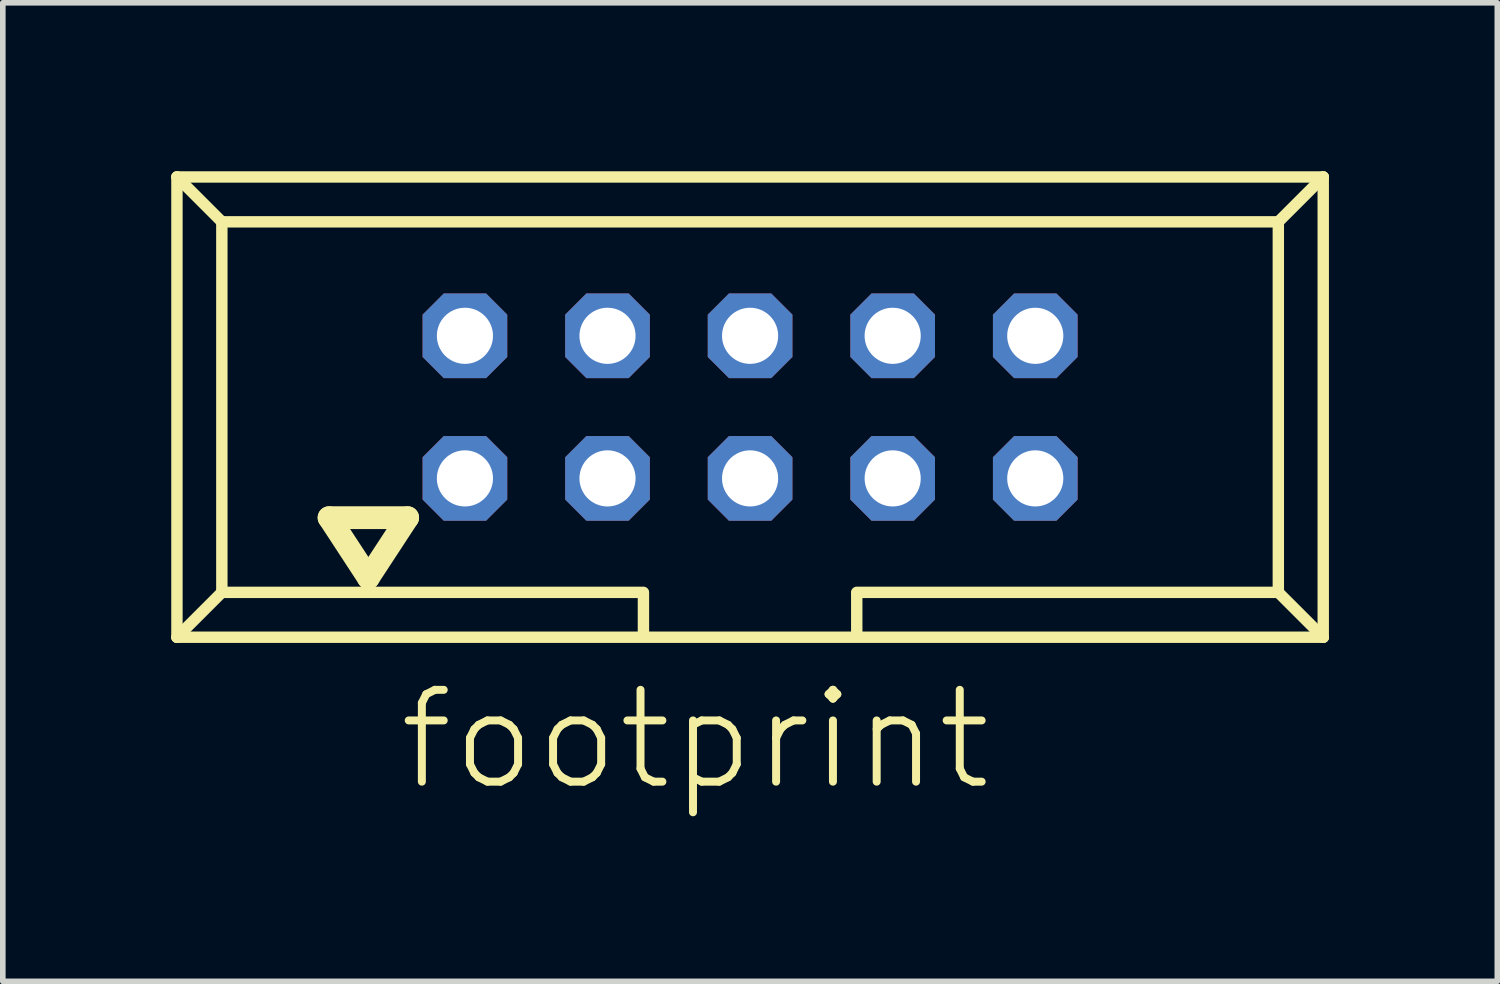
<source format=kicad_pcb>
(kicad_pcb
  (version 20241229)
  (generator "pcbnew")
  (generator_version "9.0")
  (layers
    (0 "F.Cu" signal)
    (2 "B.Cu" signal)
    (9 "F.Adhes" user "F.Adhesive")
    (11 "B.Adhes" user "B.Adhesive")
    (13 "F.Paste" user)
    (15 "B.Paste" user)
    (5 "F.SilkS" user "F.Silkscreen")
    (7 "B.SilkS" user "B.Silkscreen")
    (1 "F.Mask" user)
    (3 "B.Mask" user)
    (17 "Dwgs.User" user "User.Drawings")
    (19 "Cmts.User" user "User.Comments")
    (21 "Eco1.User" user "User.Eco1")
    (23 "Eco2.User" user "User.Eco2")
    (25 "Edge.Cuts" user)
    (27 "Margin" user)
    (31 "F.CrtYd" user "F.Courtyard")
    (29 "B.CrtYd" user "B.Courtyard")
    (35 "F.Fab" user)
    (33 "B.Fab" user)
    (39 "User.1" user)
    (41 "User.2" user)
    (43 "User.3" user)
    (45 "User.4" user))
  (footprint "footprint"
    (layer "F.Cu")
    (at 10.312 4.202)
    (property "Reference" "footprint" (at -6.33 6.88 0) (layer "F.SilkS") (effects (font (size 1.636 1.636) (thickness 0.142)) (justify left bottom)))
    (fp_line (start -10.21 -4.1) (end -9.41 -3.3) (stroke (width 0.203) (type solid)) (layer "F.SilkS"))
    (fp_line (start -10.21 4.1) (end -10.21 -4.1) (stroke (width 0.203) (type solid)) (layer "F.SilkS"))
    (fp_line (start -10.21 4.1) (end -9.41 3.3) (stroke (width 0.203) (type solid)) (layer "F.SilkS"))
    (fp_line (start -10.21 4.1) (end 10.21 4.1) (stroke (width 0.203) (type solid)) (layer "F.SilkS"))
    (fp_line (start -9.41 -3.3) (end 9.41 -3.3) (stroke (width 0.203) (type solid)) (layer "F.SilkS"))
    (fp_line (start -9.41 3.3) (end -9.41 -3.3) (stroke (width 0.203) (type solid)) (layer "F.SilkS"))
    (fp_line (start -7.5 1.97) (end -6.8 3.04) (stroke (width 0.406) (type solid)) (layer "F.SilkS"))
    (fp_line (start -6.8 3.04) (end -6.1 1.97) (stroke (width 0.406) (type solid)) (layer "F.SilkS"))
    (fp_line (start -6.1 1.97) (end -7.5 1.97) (stroke (width 0.406) (type solid)) (layer "F.SilkS"))
    (fp_line (start -1.9 3.3) (end -9.41 3.3) (stroke (width 0.203) (type solid)) (layer "F.SilkS"))
    (fp_line (start -1.9 3.32) (end -1.9 4.03) (stroke (width 0.203) (type solid)) (layer "F.SilkS"))
    (fp_line (start 1.9 3.32) (end 1.9 4.03) (stroke (width 0.203) (type solid)) (layer "F.SilkS"))
    (fp_line (start 9.41 -3.3) (end 9.41 3.3) (stroke (width 0.203) (type solid)) (layer "F.SilkS"))
    (fp_line (start 9.41 3.3) (end 1.9 3.3) (stroke (width 0.203) (type solid)) (layer "F.SilkS"))
    (fp_line (start 9.41 3.3) (end 10.21 4.1) (stroke (width 0.203) (type solid)) (layer "F.SilkS"))
    (fp_line (start 10.21 -4.1) (end -10.21 -4.1) (stroke (width 0.203) (type solid)) (layer "F.SilkS"))
    (fp_line (start 10.21 -4.1) (end 9.41 -3.3) (stroke (width 0.203) (type solid)) (layer "F.SilkS"))
    (fp_line (start 10.21 4.1) (end 10.21 -4.1) (stroke (width 0.203) (type solid)) (layer "F.SilkS"))
    (pad "1" thru_hole roundrect (at -5.08 1.27) (size 1.508 1.508) (drill 1) (layers "*.Cu" "*.Mask") (roundrect_rratio 0.25) (chamfer_ratio 0.25) (chamfer top_left top_right bottom_left bottom_right))
    (pad "2" thru_hole roundrect (at -5.08 -1.27) (size 1.508 1.508) (drill 1) (layers "*.Cu" "*.Mask") (roundrect_rratio 0.25) (chamfer_ratio 0.25) (chamfer top_left top_right bottom_left bottom_right))
    (pad "3" thru_hole roundrect (at -2.54 1.27) (size 1.508 1.508) (drill 1) (layers "*.Cu" "*.Mask") (roundrect_rratio 0.25) (chamfer_ratio 0.25) (chamfer top_left top_right bottom_left bottom_right))
    (pad "4" thru_hole roundrect (at -2.54 -1.27) (size 1.508 1.508) (drill 1) (layers "*.Cu" "*.Mask") (roundrect_rratio 0.25) (chamfer_ratio 0.25) (chamfer top_left top_right bottom_left bottom_right))
    (pad "5" thru_hole roundrect (at 0 1.27) (size 1.508 1.508) (drill 1) (layers "*.Cu" "*.Mask") (roundrect_rratio 0.25) (chamfer_ratio 0.25) (chamfer top_left top_right bottom_left bottom_right))
    (pad "6" thru_hole roundrect (at 0 -1.27) (size 1.508 1.508) (drill 1) (layers "*.Cu" "*.Mask") (roundrect_rratio 0.25) (chamfer_ratio 0.25) (chamfer top_left top_right bottom_left bottom_right))
    (pad "7" thru_hole roundrect (at 2.54 1.27) (size 1.508 1.508) (drill 1) (layers "*.Cu" "*.Mask") (roundrect_rratio 0.25) (chamfer_ratio 0.25) (chamfer top_left top_right bottom_left bottom_right))
    (pad "8" thru_hole roundrect (at 2.54 -1.27) (size 1.508 1.508) (drill 1) (layers "*.Cu" "*.Mask") (roundrect_rratio 0.25) (chamfer_ratio 0.25) (chamfer top_left top_right bottom_left bottom_right))
    (pad "9" thru_hole roundrect (at 5.08 1.27) (size 1.508 1.508) (drill 1) (layers "*.Cu" "*.Mask") (roundrect_rratio 0.25) (chamfer_ratio 0.25) (chamfer top_left top_right bottom_left bottom_right))
    (pad "10" thru_hole roundrect (at 5.08 -1.27) (size 1.508 1.508) (drill 1) (layers "*.Cu" "*.Mask") (roundrect_rratio 0.25) (chamfer_ratio 0.25) (chamfer top_left top_right bottom_left bottom_right)))
  (gr_rect
    (start -3 -3)
    (end 23.623 14.432)
    (stroke (width 0.1) (type default))
    (fill no)
    (layer "Edge.Cuts")))
</source>
